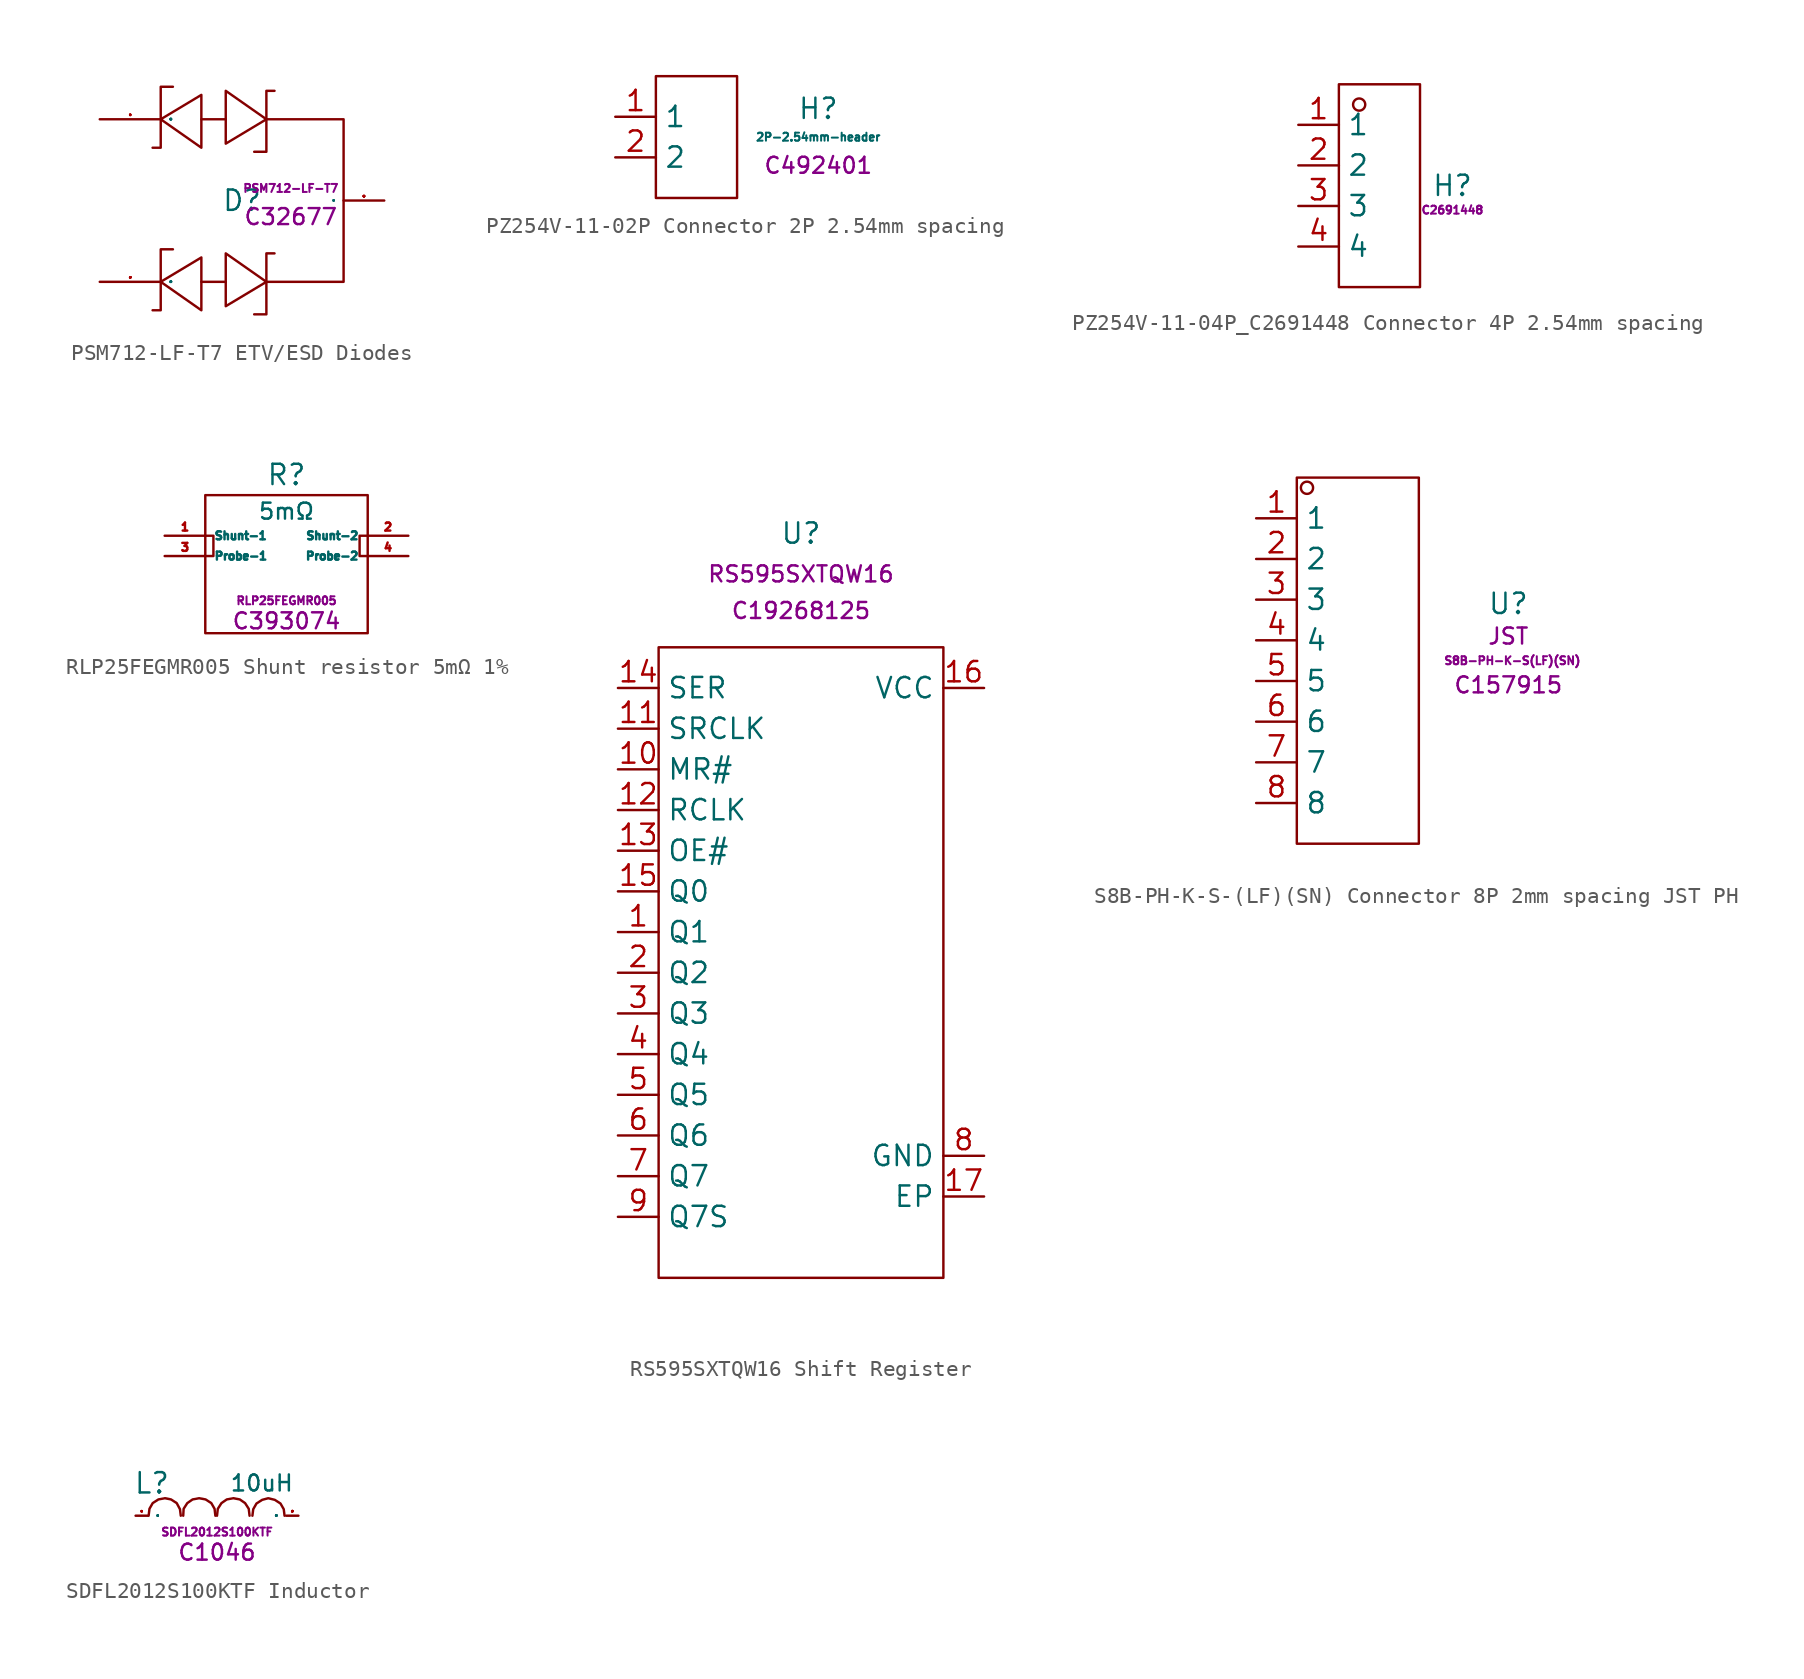
<source format=kicad_sym>
(kicad_symbol_lib
  (version 20241209)
  (generator "kicad_symbol_editor")
  (generator_version "9.0")
  (symbol "PSM712-LF-T7 ETV/ESD Diodes"
    (property "Reference" "D"
      (at 0 0 0)
      (effects (font (size 1.27 1.27))))
    (property "Manufacturer Part" "PSM712-LF-T7"
      (at 3.048 0.762 0)
      (do_not_autoplace)
      (effects (font (size 0.5 0.5))))
    (property "LCSC Part #" "C32677"
      (at 3.048 -1.016 0)
      (do_not_autoplace)
      (effects (font (size 1 1))))
    (symbol "PSM712-LF-T7 ETV/ESD Diodes_1_0"
      (polyline (pts (xy -5.588 3.302) (xy -5.08 3.302) (xy -5.08 3.302) (xy -5.08 7.112) (xy -5.08 7.112) (xy -4.318 7.112)) (stroke (width 0) (type default)) (fill (type none)))
      (polyline (pts (xy -5.588 -6.858) (xy -5.08 -6.858) (xy -5.08 -6.858) (xy -5.08 -3.048) (xy -5.08 -3.048) (xy -4.318 -3.048)) (stroke (width 0) (type default)) (fill (type none)))
      (polyline (pts (xy -2.54 6.604) (xy -5.08 5.08) (xy -5.08 5.08) (xy -2.54 3.302) (xy -2.54 3.302) (xy -2.54 6.604)) (stroke (width 0) (type default)) (fill (type none)))
      (polyline (pts (xy -2.54 5.08) (xy -1.016 5.08)) (stroke (width 0) (type default)) (fill (type none)))
      (polyline (pts (xy -2.54 -3.556) (xy -5.08 -5.08) (xy -5.08 -5.08) (xy -2.54 -6.858) (xy -2.54 -6.858) (xy -2.54 -3.556)) (stroke (width 0) (type default)) (fill (type none)))
      (polyline (pts (xy -2.54 -5.08) (xy -1.016 -5.08)) (stroke (width 0) (type default)) (fill (type none)))
      (polyline (pts (xy -1.016 3.556) (xy 1.524 5.08) (xy 1.524 5.08) (xy -1.016 6.858) (xy -1.016 6.858) (xy -1.016 3.556)) (stroke (width 0) (type default)) (fill (type none)))
      (polyline (pts (xy -1.016 -6.604) (xy 1.524 -5.08) (xy 1.524 -5.08) (xy -1.016 -3.302) (xy -1.016 -3.302) (xy -1.016 -6.604)) (stroke (width 0) (type default)) (fill (type none)))
      (polyline (pts (xy 1.524 5.08) (xy 6.35 5.08) (xy 6.35 5.08) (xy 6.35 -5.08) (xy 6.35 -5.08) (xy 1.524 -5.08)) (stroke (width 0) (type default)) (fill (type none)))
      (polyline (pts (xy 2.032 6.858) (xy 1.524 6.858) (xy 1.524 6.858) (xy 1.524 3.048) (xy 1.524 3.048) (xy 0.762 3.048)) (stroke (width 0) (type default)) (fill (type none)))
      (polyline (pts (xy 2.032 -3.302) (xy 1.524 -3.302) (xy 1.524 -3.302) (xy 1.524 -7.112) (xy 1.524 -7.112) (xy 0.762 -7.112)) (stroke (width 0) (type default)) (fill (type none)))
      (pin unspecified line (at -8.89 5.08 0) (length 3.81) (name "A1" (effects (font (size 0.025 0.025)))) (number "1" (effects (font (size 0.025 0.025)))))
      (pin unspecified line (at -8.89 -5.08 0) (length 3.81) (name "A1" (effects (font (size 0.025 0.025)))) (number "2" (effects (font (size 0.025 0.025)))))
      (pin unspecified line (at 8.89 0 180) (length 2.54) (name "K" (effects (font (size 0.025 0.025)))) (number "3" (effects (font (size 0.025 0.025)))))))
  (symbol "PZ254V-11-02P Connector 2P 2.54mm spacing"
    (property "Reference" "H"
      (at 7.62 1.778 0)
      (do_not_autoplace)
      (effects (font (size 1.27 1.27))))
    (property "Value" "2P-2.54mm-header"
      (at 7.62 0 0)
      (do_not_autoplace)
      (effects (font (size 0.5 0.5))))
    (property "LCSC Part #" "C492401"
      (at 7.62 -1.778 0)
      (do_not_autoplace)
      (effects (font (size 1 1))))
    (symbol "PZ254V-11-02P Connector 2P 2.54mm spacing_1_0"
      (rectangle (start -2.54 3.81) (end 2.54 -3.81) (stroke (width 0) (type default)) (fill (type none)))
      (pin unspecified line (at -5.08 1.27 0) (length 2.54) (name "1" (effects (font (size 1.27 1.27)))) (number "1" (effects (font (size 1.27 1.27)))))
      (pin unspecified line (at -5.08 -1.27 0) (length 2.54) (name "2" (effects (font (size 1.27 1.27)))) (number "2" (effects (font (size 1.27 1.27)))))))
  (symbol "PZ254V-11-04P_C2691448 Connector 4P 2.54mm spacing"
    (property "Reference" "H"
      (at 4.572 0 0)
      (do_not_autoplace)
      (effects (font (size 1.27 1.27))))
    (property "LCSC Part #" "C2691448"
      (at 4.572 -1.524 0)
      (do_not_autoplace)
      (effects (font (size 0.5 0.5))))
    (symbol "PZ254V-11-04P_C2691448 Connector 4P 2.54mm spacing_1_0"
      (rectangle (start -2.54 -6.35) (end 2.54 6.35) (stroke (width 0) (type default)) (fill (type none)))
      (circle (center -1.27 5.08) (radius 0.381) (stroke (width 0) (type default)) (fill (type none)))
      (pin input line (at -5.08 3.81 0) (length 2.54) (name "1" (effects (font (size 1.27 1.27)))) (number "1" (effects (font (size 1.27 1.27)))))
      (pin input line (at -5.08 1.27 0) (length 2.54) (name "2" (effects (font (size 1.27 1.27)))) (number "2" (effects (font (size 1.27 1.27)))))
      (pin input line (at -5.08 -1.27 0) (length 2.54) (name "3" (effects (font (size 1.27 1.27)))) (number "3" (effects (font (size 1.27 1.27)))))
      (pin input line (at -5.08 -3.81 0) (length 2.54) (name "4" (effects (font (size 1.27 1.27)))) (number "4" (effects (font (size 1.27 1.27)))))))
  (symbol "RLP25FEGMR005 Shunt resistor 5mΩ 1%"
    (property "Reference" "R"
      (at 0 5.08 0)
      (do_not_autoplace)
      (effects (font (size 1.27 1.27))))
    (property "Value" "5mΩ"
      (at 0 2.794 0)
      (do_not_autoplace)
      (effects (font (size 1 1))))
    (property "Manufacturer Part" "RLP25FEGMR005"
      (at 0 -2.794 0)
      (do_not_autoplace)
      (effects (font (size 0.5 0.5))))
    (property "LCSC Part #" "C393074"
      (at 0 -4.064 0)
      (do_not_autoplace)
      (effects (font (size 1 1))))
    (symbol "RLP25FEGMR005 Shunt resistor 5mΩ 1%_0_1"
      (polyline (pts (xy -5.08 1.27) (xy -4.572 1.27) (xy -4.572 0) (xy -5.08 0)) (stroke (width 0) (type default)) (fill (type none)))
      (polyline (pts (xy 5.08 1.27) (xy 4.572 1.27) (xy 4.572 0) (xy 5.08 0)) (stroke (width 0) (type default)) (fill (type none))))
    (symbol "RLP25FEGMR005 Shunt resistor 5mΩ 1%_1_0"
      (rectangle (start -5.08 3.81) (end 5.08 -4.826) (stroke (width 0) (type default)) (fill (type none)))
      (pin unspecified line (at -7.62 1.27 0) (length 2.54) (name "Shunt-1" (effects (font (size 0.5 0.5)))) (number "1" (effects (font (size 0.5 0.5)))))
      (pin unspecified line (at -7.62 0 0) (length 2.54) (name "Probe-1" (effects (font (size 0.5 0.5)))) (number "3" (effects (font (size 0.5 0.5)))))
      (pin unspecified line (at 7.62 1.27 180) (length 2.54) (name "Shunt-2" (effects (font (size 0.5 0.5)))) (number "2" (effects (font (size 0.5 0.5)))))
      (pin unspecified line (at 7.62 0 180) (length 2.54) (name "Probe-2" (effects (font (size 0.5 0.5)))) (number "4" (effects (font (size 0.5 0.5)))))))
  (symbol "RS595SXTQW16 Shift Register"
    (property "Reference" "U"
      (at 0 27.432 0)
      (do_not_autoplace)
      (effects (font (size 1.27 1.27))))
    (property "Manufacturer Part" "RS595SXTQW16"
      (at 0 24.892 0)
      (do_not_autoplace)
      (effects (font (size 1 1))))
    (property "LCSC Part #" "C19268125"
      (at 0 22.606 0)
      (do_not_autoplace)
      (effects (font (size 1 1))))
    (symbol "RS595SXTQW16 Shift Register_1_0"
      (rectangle (start -8.89 20.32) (end 8.89 -19.05) (stroke (width 0) (type default)) (fill (type none)))
      (pin unspecified line (at -11.43 17.78 0) (length 2.54) (name "SER" (effects (font (size 1.27 1.27)))) (number "14" (effects (font (size 1.27 1.27)))))
      (pin unspecified line (at -11.43 15.24 0) (length 2.54) (name "SRCLK" (effects (font (size 1.27 1.27)))) (number "11" (effects (font (size 1.27 1.27)))))
      (pin unspecified line (at -11.43 12.7 0) (length 2.54) (name "MR#" (effects (font (size 1.27 1.27)))) (number "10" (effects (font (size 1.27 1.27)))))
      (pin unspecified line (at -11.43 10.16 0) (length 2.54) (name "RCLK" (effects (font (size 1.27 1.27)))) (number "12" (effects (font (size 1.27 1.27)))))
      (pin unspecified line (at -11.43 7.62 0) (length 2.54) (name "OE#" (effects (font (size 1.27 1.27)))) (number "13" (effects (font (size 1.27 1.27)))))
      (pin unspecified line (at -11.43 5.08 0) (length 2.54) (name "Q0" (effects (font (size 1.27 1.27)))) (number "15" (effects (font (size 1.27 1.27)))))
      (pin unspecified line (at -11.43 2.54 0) (length 2.54) (name "Q1" (effects (font (size 1.27 1.27)))) (number "1" (effects (font (size 1.27 1.27)))))
      (pin unspecified line (at -11.43 0 0) (length 2.54) (name "Q2" (effects (font (size 1.27 1.27)))) (number "2" (effects (font (size 1.27 1.27)))))
      (pin unspecified line (at -11.43 -2.54 0) (length 2.54) (name "Q3" (effects (font (size 1.27 1.27)))) (number "3" (effects (font (size 1.27 1.27)))))
      (pin unspecified line (at -11.43 -5.08 0) (length 2.54) (name "Q4" (effects (font (size 1.27 1.27)))) (number "4" (effects (font (size 1.27 1.27)))))
      (pin unspecified line (at -11.43 -7.62 0) (length 2.54) (name "Q5" (effects (font (size 1.27 1.27)))) (number "5" (effects (font (size 1.27 1.27)))))
      (pin unspecified line (at -11.43 -10.16 0) (length 2.54) (name "Q6" (effects (font (size 1.27 1.27)))) (number "6" (effects (font (size 1.27 1.27)))))
      (pin unspecified line (at -11.43 -12.7 0) (length 2.54) (name "Q7" (effects (font (size 1.27 1.27)))) (number "7" (effects (font (size 1.27 1.27)))))
      (pin unspecified line (at -11.43 -15.24 0) (length 2.54) (name "Q7S" (effects (font (size 1.27 1.27)))) (number "9" (effects (font (size 1.27 1.27)))))
      (pin unspecified line (at 11.43 17.78 180) (length 2.54) (name "VCC" (effects (font (size 1.27 1.27)))) (number "16" (effects (font (size 1.27 1.27)))))
      (pin unspecified line (at 11.43 -11.43 180) (length 2.54) (name "GND" (effects (font (size 1.27 1.27)))) (number "8" (effects (font (size 1.27 1.27)))))
      (pin unspecified line (at 11.43 -13.97 180) (length 2.54) (name "EP" (effects (font (size 1.27 1.27)))) (number "17" (effects (font (size 1.27 1.27)))))))
  (symbol "S8B-PH-K-S-(LF)(SN) Connector 8P 2mm spacing JST PH"
    (property "Reference" "U"
      (at 10.668 3.556 0)
      (do_not_autoplace)
      (effects (font (size 1.27 1.27))))
    (property "Manufacturer Part" "S8B-PH-K-S(LF)(SN)"
      (at 10.922 0 0)
      (do_not_autoplace)
      (effects (font (size 0.5 0.5))))
    (property "Manufacturer" "JST"
      (at 10.668 1.524 0)
      (do_not_autoplace)
      (effects (font (size 1 1))))
    (property "LCSC Part #" "C157915"
      (at 10.668 -1.524 0)
      (do_not_autoplace)
      (effects (font (size 1 1))))
    (symbol "S8B-PH-K-S-(LF)(SN) Connector 8P 2mm spacing JST PH_1_0"
      (rectangle (start -2.54 -11.43) (end 5.08 11.43) (stroke (width 0) (type default)) (fill (type none)))
      (circle (center -1.905 10.795) (radius 0.381) (stroke (width 0) (type default)) (fill (type none)))
      (pin unspecified line (at -5.08 8.89 0) (length 2.54) (name "1" (effects (font (size 1.27 1.27)))) (number "1" (effects (font (size 1.27 1.27)))))
      (pin unspecified line (at -5.08 6.35 0) (length 2.54) (name "2" (effects (font (size 1.27 1.27)))) (number "2" (effects (font (size 1.27 1.27)))))
      (pin unspecified line (at -5.08 3.81 0) (length 2.54) (name "3" (effects (font (size 1.27 1.27)))) (number "3" (effects (font (size 1.27 1.27)))))
      (pin unspecified line (at -5.08 1.27 0) (length 2.54) (name "4" (effects (font (size 1.27 1.27)))) (number "4" (effects (font (size 1.27 1.27)))))
      (pin unspecified line (at -5.08 -1.27 0) (length 2.54) (name "5" (effects (font (size 1.27 1.27)))) (number "5" (effects (font (size 1.27 1.27)))))
      (pin unspecified line (at -5.08 -3.81 0) (length 2.54) (name "6" (effects (font (size 1.27 1.27)))) (number "6" (effects (font (size 1.27 1.27)))))
      (pin unspecified line (at -5.08 -6.35 0) (length 2.54) (name "7" (effects (font (size 1.27 1.27)))) (number "7" (effects (font (size 1.27 1.27)))))
      (pin unspecified line (at -5.08 -8.89 0) (length 2.54) (name "8" (effects (font (size 1.27 1.27)))) (number "8" (effects (font (size 1.27 1.27)))))))
  (symbol "SDFL2012S100KTF Inductor"
    (property "Reference" "L"
      (at -4.064 2.032 0)
      (do_not_autoplace)
      (effects (font (size 1.27 1.27))))
    (property "Value" "10uH"
      (at 2.794 2.032 0)
      (do_not_autoplace)
      (effects (font (size 1 1))))
    (property "Manufacturer Part" "SDFL2012S100KTF"
      (at 0 -1.016 0)
      (do_not_autoplace)
      (effects (font (size 0.5 0.5))))
    (property "LCSC Part #" "C1046"
      (at 0 -2.286 0)
      (do_not_autoplace)
      (effects (font (size 1 1))))
    (symbol "SDFL2012S100KTF Inductor_1_0"
      (polyline (pts (xy -4.267 0) (xy -4.216 0.432) (xy -4.216 0.432) (xy -4.013 0.787) (xy -4.013 0.787) (xy -3.658 1.016) (xy -3.658 1.016) (xy -3.251 1.092) (xy -3.251 1.092) (xy -2.87 1.016) (xy -2.87 1.016) (xy -2.515 0.787) (xy -2.515 0.787) (xy -2.311 0.406) (xy -2.311 0.406) (xy -2.261 0)) (stroke (width 0) (type default)) (fill (type none)))
      (polyline (pts (xy -2.108 0) (xy -2.083 0.432) (xy -2.083 0.432) (xy -1.854 0.787) (xy -1.854 0.787) (xy -1.524 1.016) (xy -1.524 1.016) (xy -1.118 1.092) (xy -1.118 1.092) (xy -0.711 1.016) (xy -0.711 1.016) (xy -0.356 0.787) (xy -0.356 0.787) (xy -0.152 0.432) (xy -0.152 0.432) (xy -0.102 0)) (stroke (width 0) (type default)) (fill (type none)))
      (polyline (pts (xy 0 0) (xy 0.051 0.432) (xy 0.051 0.432) (xy 0.279 0.787) (xy 0.279 0.787) (xy 0.61 1.016) (xy 0.61 1.016) (xy 1.016 1.092) (xy 1.016 1.092) (xy 1.422 1.016) (xy 1.422 1.016) (xy 1.753 0.787) (xy 1.753 0.787) (xy 1.981 0.432) (xy 1.981 0.432) (xy 2.032 0)) (stroke (width 0) (type default)) (fill (type none)))
      (polyline (pts (xy 2.21 0) (xy 2.261 0.406) (xy 2.261 0.406) (xy 2.464 0.762) (xy 2.464 0.762) (xy 2.819 0.991) (xy 2.819 0.991) (xy 3.2 1.092) (xy 3.2 1.092) (xy 3.607 0.991) (xy 3.607 0.991) (xy 3.962 0.762) (xy 3.962 0.762) (xy 4.166 0.406) (xy 4.166 0.406) (xy 4.216 0)) (stroke (width 0) (type default)) (fill (type none)))
      (pin unspecified line (at -5.08 0 0) (length 0.762) (name "1" (effects (font (size 0.025 0.025)))) (number "1" (effects (font (size 0.025 0.025)))))
      (pin unspecified line (at 5.08 0 180) (length 0.762) (name "2" (effects (font (size 0.025 0.025)))) (number "2" (effects (font (size 0.025 0.025))))))))
</source>
